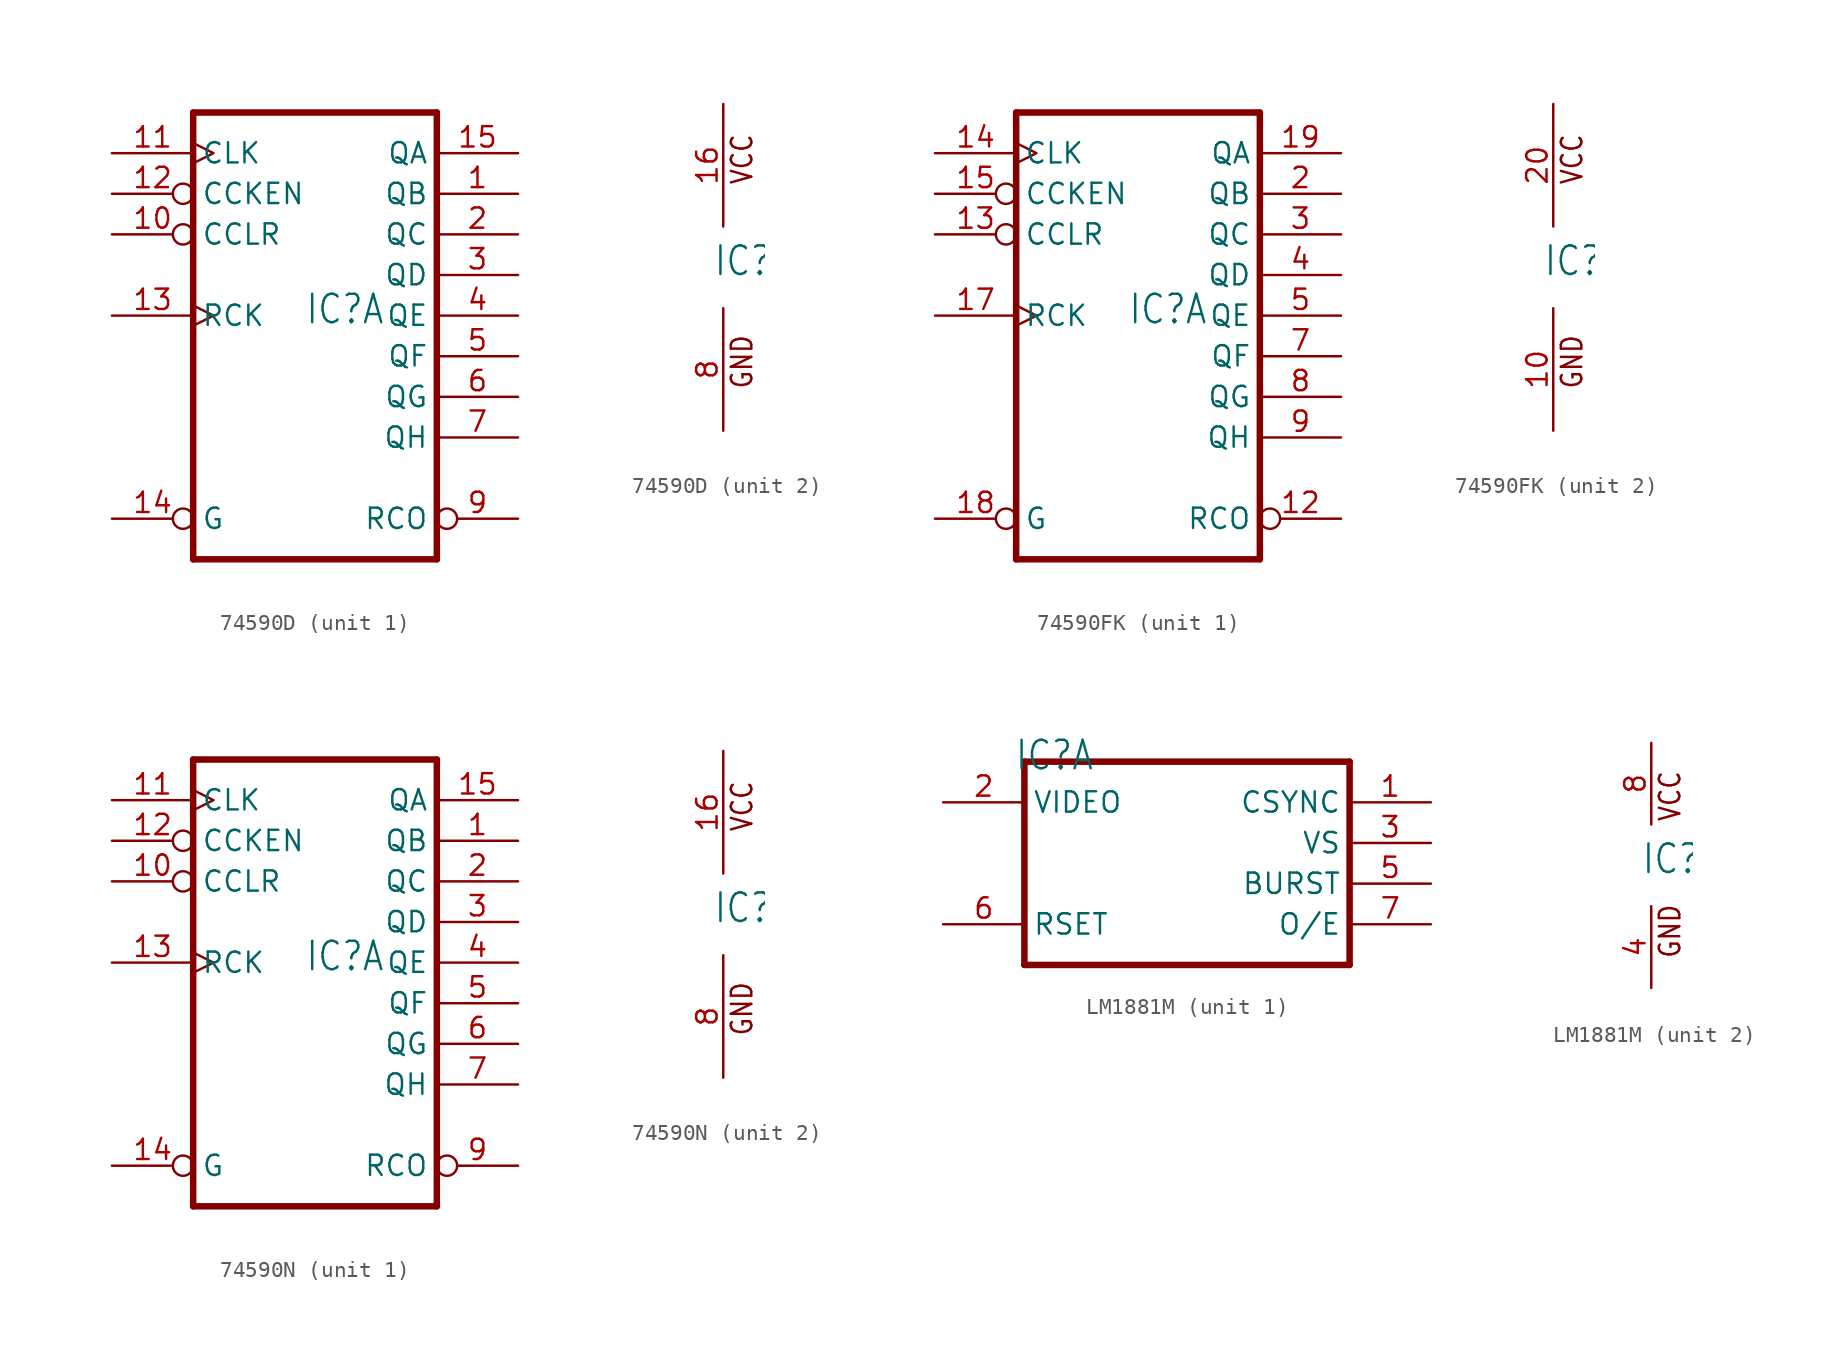
<source format=kicad_sym>
(kicad_symbol_lib
  (version 20231120)
  (generator "kicad_symbol_editor")
  (generator_version "8.0")
  (symbol "74590D"
    (property "Reference" "IC"
      (at -0.635 -0.635 0)
      (effects (font (size 1.778 1.511)) (justify left bottom)))
    (property "ki_locked" ""
      (at 0 0 0)
      (effects (font (size 1.27 1.27))))
    (symbol "74590D_1_0"
      (polyline (pts (xy -7.62 -15.24) (xy 7.62 -15.24)) (stroke (width 0.406) (type solid)) (fill (type none)))
      (polyline (pts (xy -7.62 12.7) (xy -7.62 -15.24)) (stroke (width 0.406) (type solid)) (fill (type none)))
      (polyline (pts (xy 7.62 -15.24) (xy 7.62 12.7)) (stroke (width 0.406) (type solid)) (fill (type none)))
      (polyline (pts (xy 7.62 12.7) (xy -7.62 12.7)) (stroke (width 0.406) (type solid)) (fill (type none)))
      (pin tri_state line (at 12.7 7.62 180) (length 5.08) (name "QB" (effects (font (size 1.27 1.27)))) (number "1" (effects (font (size 1.27 1.27)))))
      (pin input inverted (at -12.7 5.08 0) (length 5.08) (name "CCLR" (effects (font (size 1.27 1.27)))) (number "10" (effects (font (size 1.27 1.27)))))
      (pin input clock (at -12.7 10.16 0) (length 5.08) (name "CLK" (effects (font (size 1.27 1.27)))) (number "11" (effects (font (size 1.27 1.27)))))
      (pin input inverted (at -12.7 7.62 0) (length 5.08) (name "CCKEN" (effects (font (size 1.27 1.27)))) (number "12" (effects (font (size 1.27 1.27)))))
      (pin input clock (at -12.7 0 0) (length 5.08) (name "RCK" (effects (font (size 1.27 1.27)))) (number "13" (effects (font (size 1.27 1.27)))))
      (pin input inverted (at -12.7 -12.7 0) (length 5.08) (name "G" (effects (font (size 1.27 1.27)))) (number "14" (effects (font (size 1.27 1.27)))))
      (pin tri_state line (at 12.7 10.16 180) (length 5.08) (name "QA" (effects (font (size 1.27 1.27)))) (number "15" (effects (font (size 1.27 1.27)))))
      (pin tri_state line (at 12.7 5.08 180) (length 5.08) (name "QC" (effects (font (size 1.27 1.27)))) (number "2" (effects (font (size 1.27 1.27)))))
      (pin tri_state line (at 12.7 2.54 180) (length 5.08) (name "QD" (effects (font (size 1.27 1.27)))) (number "3" (effects (font (size 1.27 1.27)))))
      (pin tri_state line (at 12.7 0 180) (length 5.08) (name "QE" (effects (font (size 1.27 1.27)))) (number "4" (effects (font (size 1.27 1.27)))))
      (pin tri_state line (at 12.7 -2.54 180) (length 5.08) (name "QF" (effects (font (size 1.27 1.27)))) (number "5" (effects (font (size 1.27 1.27)))))
      (pin tri_state line (at 12.7 -5.08 180) (length 5.08) (name "QG" (effects (font (size 1.27 1.27)))) (number "6" (effects (font (size 1.27 1.27)))))
      (pin tri_state line (at 12.7 -7.62 180) (length 5.08) (name "QH" (effects (font (size 1.27 1.27)))) (number "7" (effects (font (size 1.27 1.27)))))
      (pin output inverted (at 12.7 -12.7 180) (length 5.08) (name "RCO" (effects (font (size 1.27 1.27)))) (number "9" (effects (font (size 1.27 1.27))))))
    (symbol "74590D_2_0"
      (text "GND" (at 1.905 -7.62 900) (effects (font (size 1.27 1.079)) (justify left bottom)))
      (text "VCC" (at 1.905 5.08 900) (effects (font (size 1.27 1.079)) (justify left bottom)))
      (pin power_in line (at 0 10.16 270) (length 7.62) (name "VCC" (effects (font (size 0 0)))) (number "16" (effects (font (size 1.27 1.27)))))
      (pin power_in line (at 0 -10.16 90) (length 7.62) (name "GND" (effects (font (size 0 0)))) (number "8" (effects (font (size 1.27 1.27)))))))
  (symbol "74590FK"
    (property "Reference" "IC"
      (at -0.635 -0.635 0)
      (effects (font (size 1.778 1.511)) (justify left bottom)))
    (property "ki_locked" ""
      (at 0 0 0)
      (effects (font (size 1.27 1.27))))
    (symbol "74590FK_1_0"
      (polyline (pts (xy -7.62 -15.24) (xy 7.62 -15.24)) (stroke (width 0.406) (type solid)) (fill (type none)))
      (polyline (pts (xy -7.62 12.7) (xy -7.62 -15.24)) (stroke (width 0.406) (type solid)) (fill (type none)))
      (polyline (pts (xy 7.62 -15.24) (xy 7.62 12.7)) (stroke (width 0.406) (type solid)) (fill (type none)))
      (polyline (pts (xy 7.62 12.7) (xy -7.62 12.7)) (stroke (width 0.406) (type solid)) (fill (type none)))
      (pin output inverted (at 12.7 -12.7 180) (length 5.08) (name "RCO" (effects (font (size 1.27 1.27)))) (number "12" (effects (font (size 1.27 1.27)))))
      (pin input inverted (at -12.7 5.08 0) (length 5.08) (name "CCLR" (effects (font (size 1.27 1.27)))) (number "13" (effects (font (size 1.27 1.27)))))
      (pin input clock (at -12.7 10.16 0) (length 5.08) (name "CLK" (effects (font (size 1.27 1.27)))) (number "14" (effects (font (size 1.27 1.27)))))
      (pin input inverted (at -12.7 7.62 0) (length 5.08) (name "CCKEN" (effects (font (size 1.27 1.27)))) (number "15" (effects (font (size 1.27 1.27)))))
      (pin input clock (at -12.7 0 0) (length 5.08) (name "RCK" (effects (font (size 1.27 1.27)))) (number "17" (effects (font (size 1.27 1.27)))))
      (pin input inverted (at -12.7 -12.7 0) (length 5.08) (name "G" (effects (font (size 1.27 1.27)))) (number "18" (effects (font (size 1.27 1.27)))))
      (pin tri_state line (at 12.7 10.16 180) (length 5.08) (name "QA" (effects (font (size 1.27 1.27)))) (number "19" (effects (font (size 1.27 1.27)))))
      (pin tri_state line (at 12.7 7.62 180) (length 5.08) (name "QB" (effects (font (size 1.27 1.27)))) (number "2" (effects (font (size 1.27 1.27)))))
      (pin tri_state line (at 12.7 5.08 180) (length 5.08) (name "QC" (effects (font (size 1.27 1.27)))) (number "3" (effects (font (size 1.27 1.27)))))
      (pin tri_state line (at 12.7 2.54 180) (length 5.08) (name "QD" (effects (font (size 1.27 1.27)))) (number "4" (effects (font (size 1.27 1.27)))))
      (pin tri_state line (at 12.7 0 180) (length 5.08) (name "QE" (effects (font (size 1.27 1.27)))) (number "5" (effects (font (size 1.27 1.27)))))
      (pin tri_state line (at 12.7 -2.54 180) (length 5.08) (name "QF" (effects (font (size 1.27 1.27)))) (number "7" (effects (font (size 1.27 1.27)))))
      (pin tri_state line (at 12.7 -5.08 180) (length 5.08) (name "QG" (effects (font (size 1.27 1.27)))) (number "8" (effects (font (size 1.27 1.27)))))
      (pin tri_state line (at 12.7 -7.62 180) (length 5.08) (name "QH" (effects (font (size 1.27 1.27)))) (number "9" (effects (font (size 1.27 1.27))))))
    (symbol "74590FK_2_0"
      (text "GND" (at 1.905 -7.62 900) (effects (font (size 1.27 1.079)) (justify left bottom)))
      (text "VCC" (at 1.905 5.08 900) (effects (font (size 1.27 1.079)) (justify left bottom)))
      (pin power_in line (at 0 -10.16 90) (length 7.62) (name "GND" (effects (font (size 0 0)))) (number "10" (effects (font (size 1.27 1.27)))))
      (pin power_in line (at 0 10.16 270) (length 7.62) (name "VCC" (effects (font (size 0 0)))) (number "20" (effects (font (size 1.27 1.27)))))))
  (symbol "74590N"
    (property "Reference" "IC"
      (at -0.635 -0.635 0)
      (effects (font (size 1.778 1.511)) (justify left bottom)))
    (property "ki_locked" ""
      (at 0 0 0)
      (effects (font (size 1.27 1.27))))
    (symbol "74590N_1_0"
      (polyline (pts (xy -7.62 -15.24) (xy 7.62 -15.24)) (stroke (width 0.406) (type solid)) (fill (type none)))
      (polyline (pts (xy -7.62 12.7) (xy -7.62 -15.24)) (stroke (width 0.406) (type solid)) (fill (type none)))
      (polyline (pts (xy 7.62 -15.24) (xy 7.62 12.7)) (stroke (width 0.406) (type solid)) (fill (type none)))
      (polyline (pts (xy 7.62 12.7) (xy -7.62 12.7)) (stroke (width 0.406) (type solid)) (fill (type none)))
      (pin tri_state line (at 12.7 7.62 180) (length 5.08) (name "QB" (effects (font (size 1.27 1.27)))) (number "1" (effects (font (size 1.27 1.27)))))
      (pin input inverted (at -12.7 5.08 0) (length 5.08) (name "CCLR" (effects (font (size 1.27 1.27)))) (number "10" (effects (font (size 1.27 1.27)))))
      (pin input clock (at -12.7 10.16 0) (length 5.08) (name "CLK" (effects (font (size 1.27 1.27)))) (number "11" (effects (font (size 1.27 1.27)))))
      (pin input inverted (at -12.7 7.62 0) (length 5.08) (name "CCKEN" (effects (font (size 1.27 1.27)))) (number "12" (effects (font (size 1.27 1.27)))))
      (pin input clock (at -12.7 0 0) (length 5.08) (name "RCK" (effects (font (size 1.27 1.27)))) (number "13" (effects (font (size 1.27 1.27)))))
      (pin input inverted (at -12.7 -12.7 0) (length 5.08) (name "G" (effects (font (size 1.27 1.27)))) (number "14" (effects (font (size 1.27 1.27)))))
      (pin tri_state line (at 12.7 10.16 180) (length 5.08) (name "QA" (effects (font (size 1.27 1.27)))) (number "15" (effects (font (size 1.27 1.27)))))
      (pin tri_state line (at 12.7 5.08 180) (length 5.08) (name "QC" (effects (font (size 1.27 1.27)))) (number "2" (effects (font (size 1.27 1.27)))))
      (pin tri_state line (at 12.7 2.54 180) (length 5.08) (name "QD" (effects (font (size 1.27 1.27)))) (number "3" (effects (font (size 1.27 1.27)))))
      (pin tri_state line (at 12.7 0 180) (length 5.08) (name "QE" (effects (font (size 1.27 1.27)))) (number "4" (effects (font (size 1.27 1.27)))))
      (pin tri_state line (at 12.7 -2.54 180) (length 5.08) (name "QF" (effects (font (size 1.27 1.27)))) (number "5" (effects (font (size 1.27 1.27)))))
      (pin tri_state line (at 12.7 -5.08 180) (length 5.08) (name "QG" (effects (font (size 1.27 1.27)))) (number "6" (effects (font (size 1.27 1.27)))))
      (pin tri_state line (at 12.7 -7.62 180) (length 5.08) (name "QH" (effects (font (size 1.27 1.27)))) (number "7" (effects (font (size 1.27 1.27)))))
      (pin output inverted (at 12.7 -12.7 180) (length 5.08) (name "RCO" (effects (font (size 1.27 1.27)))) (number "9" (effects (font (size 1.27 1.27))))))
    (symbol "74590N_2_0"
      (text "GND" (at 1.905 -7.62 900) (effects (font (size 1.27 1.079)) (justify left bottom)))
      (text "VCC" (at 1.905 5.08 900) (effects (font (size 1.27 1.079)) (justify left bottom)))
      (pin power_in line (at 0 10.16 270) (length 7.62) (name "VCC" (effects (font (size 0 0)))) (number "16" (effects (font (size 1.27 1.27)))))
      (pin power_in line (at 0 -10.16 90) (length 7.62) (name "GND" (effects (font (size 0 0)))) (number "8" (effects (font (size 1.27 1.27)))))))
  (symbol "LM1881M"
    (property "Reference" "IC"
      (at -0.635 -0.635 0)
      (effects (font (size 1.778 1.511)) (justify left bottom)))
    (property "ki_locked" ""
      (at 0 0 0)
      (effects (font (size 1.27 1.27))))
    (symbol "LM1881M_1_0"
      (polyline (pts (xy 0 -12.7) (xy 20.32 -12.7)) (stroke (width 0.406) (type solid)) (fill (type none)))
      (polyline (pts (xy 0 0) (xy 0 -12.7)) (stroke (width 0.406) (type solid)) (fill (type none)))
      (polyline (pts (xy 20.32 -12.7) (xy 20.32 0)) (stroke (width 0.406) (type solid)) (fill (type none)))
      (polyline (pts (xy 20.32 0) (xy 0 0)) (stroke (width 0.406) (type solid)) (fill (type none)))
      (pin output line (at 25.4 -2.54 180) (length 5.08) (name "CSYNC" (effects (font (size 1.27 1.27)))) (number "1" (effects (font (size 1.27 1.27)))))
      (pin input line (at -5.08 -2.54 0) (length 5.08) (name "VIDEO" (effects (font (size 1.27 1.27)))) (number "2" (effects (font (size 1.27 1.27)))))
      (pin output line (at 25.4 -5.08 180) (length 5.08) (name "VS" (effects (font (size 1.27 1.27)))) (number "3" (effects (font (size 1.27 1.27)))))
      (pin output line (at 25.4 -7.62 180) (length 5.08) (name "BURST" (effects (font (size 1.27 1.27)))) (number "5" (effects (font (size 1.27 1.27)))))
      (pin passive line (at -5.08 -10.16 0) (length 5.08) (name "RSET" (effects (font (size 1.27 1.27)))) (number "6" (effects (font (size 1.27 1.27)))))
      (pin output line (at 25.4 -10.16 180) (length 5.08) (name "O/E" (effects (font (size 1.27 1.27)))) (number "7" (effects (font (size 1.27 1.27))))))
    (symbol "LM1881M_2_0"
      (text "GND" (at 1.905 -5.842 900) (effects (font (size 1.27 1.079)) (justify left bottom)))
      (text "VCC" (at 1.905 2.667 900) (effects (font (size 1.27 1.079)) (justify left bottom)))
      (pin power_in line (at 0 -7.62 90) (length 5.08) (name "GND" (effects (font (size 0 0)))) (number "4" (effects (font (size 1.27 1.27)))))
      (pin power_in line (at 0 7.62 270) (length 5.08) (name "VCC" (effects (font (size 0 0)))) (number "8" (effects (font (size 1.27 1.27))))))))
</source>
